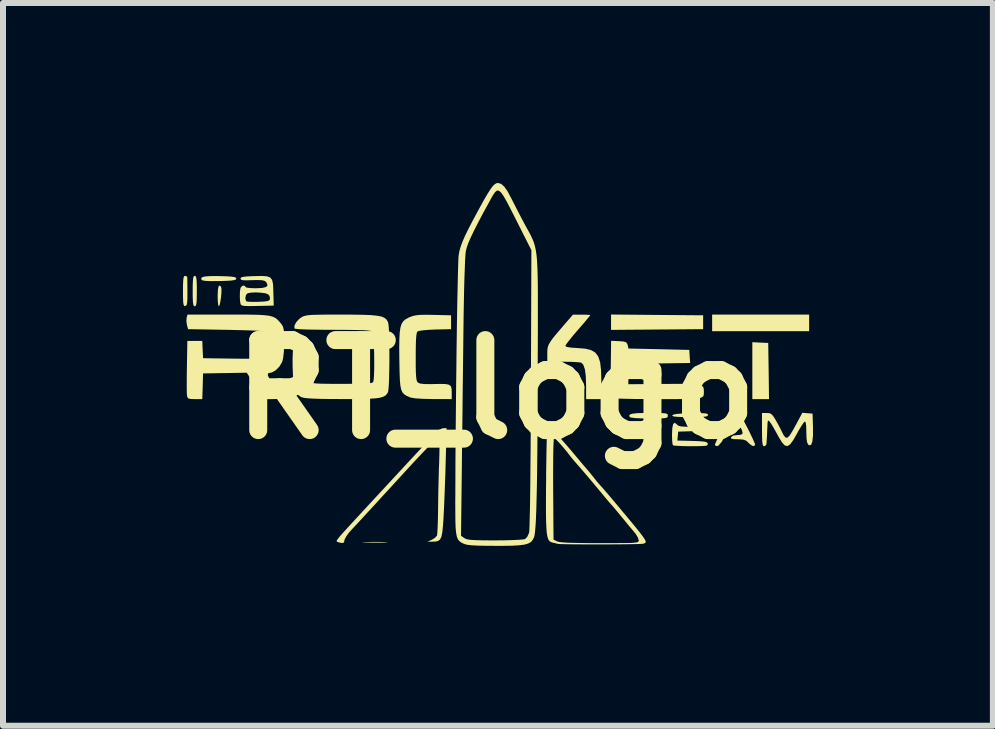
<source format=kicad_pcb>
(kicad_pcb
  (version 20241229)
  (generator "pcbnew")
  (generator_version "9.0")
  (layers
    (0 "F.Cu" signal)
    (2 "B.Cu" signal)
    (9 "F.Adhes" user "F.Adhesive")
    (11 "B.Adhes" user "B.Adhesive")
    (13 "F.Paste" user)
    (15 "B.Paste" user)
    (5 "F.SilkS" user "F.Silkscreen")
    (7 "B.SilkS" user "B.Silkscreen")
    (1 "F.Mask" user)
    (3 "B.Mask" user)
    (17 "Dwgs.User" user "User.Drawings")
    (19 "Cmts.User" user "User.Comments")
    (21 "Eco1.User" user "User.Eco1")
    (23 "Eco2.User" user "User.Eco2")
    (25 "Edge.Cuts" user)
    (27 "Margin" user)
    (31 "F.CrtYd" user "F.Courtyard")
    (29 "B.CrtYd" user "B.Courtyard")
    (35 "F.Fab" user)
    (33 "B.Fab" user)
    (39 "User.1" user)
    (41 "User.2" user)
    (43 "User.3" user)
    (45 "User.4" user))
  (footprint "RT_logo"
    (layer "F.Cu")
    (at 5.219 3.441)
    (property "Reference" "RT_logo" (at 0 0 0) (layer "F.SilkS") (effects (font (size 1.5 1.5) (thickness 0.3))))
    (attr board_only exclude_from_pos_files exclude_from_bom)
    (fp_poly (pts (xy 2.684 -1.241) (xy 3.452 -1.235) (xy 3.452 -1.12) (xy 3.452 -1.004) (xy 2.684 -0.998) (xy 1.917 -0.992) (xy 1.917 -1.12) (xy 1.917 -1.248)) (stroke (width 0) (type solid)) (fill yes) (layer "F.SilkS"))
    (fp_poly (pts (xy 4.405 -0.78) (xy 4.537 -0.774) (xy 4.544 -0.306) (xy 4.55 0.162) (xy 4.411 0.162) (xy 4.272 0.162) (xy 4.272 -0.313) (xy 4.272 -0.787)) (stroke (width 0) (type solid)) (fill yes) (layer "F.SilkS"))
    (fp_poly (pts (xy 5.219 -1.108) (xy 5.219 -0.97) (xy 4.41 -0.97) (xy 3.602 -0.97) (xy 3.602 -1.108) (xy 3.602 -1.247) (xy 4.41 -1.247) (xy 5.219 -1.247)) (stroke (width 0) (type solid)) (fill yes) (layer "F.SilkS"))
    (fp_poly (pts (xy -1.94 2.543) (xy -1.84 2.546) (xy -1.805 2.549) (xy -1.812 2.551) (xy -1.858 2.553) (xy -1.94 2.554) (xy -2.02 2.554) (xy -2.125 2.553) (xy -2.195 2.552) (xy -2.228 2.55) (xy -2.221 2.548) (xy -2.187 2.546) (xy -2.069 2.543)) (stroke (width 0) (type solid)) (fill yes) (layer "F.SilkS"))
    (fp_poly (pts (xy -4.583 -1.708) (xy -4.577 -1.674) (xy -4.578 -1.613) (xy -4.584 -1.539) (xy -4.595 -1.467) (xy -4.607 -1.411) (xy -4.619 -1.386) (xy -4.621 -1.385) (xy -4.631 -1.407) (xy -4.638 -1.463) (xy -4.641 -1.542) (xy -4.641 -1.559) (xy -4.637 -1.66) (xy -4.625 -1.718) (xy -4.606 -1.732)) (stroke (width 0) (type solid)) (fill yes) (layer "F.SilkS"))
    (fp_poly (pts (xy -5.007 -1.886) (xy -4.997 -1.86) (xy -4.991 -1.806) (xy -4.988 -1.719) (xy -4.988 -1.639) (xy -4.989 -1.526) (xy -4.992 -1.451) (xy -5 -1.408) (xy -5.011 -1.388) (xy -5.022 -1.385) (xy -5.038 -1.393) (xy -5.048 -1.419) (xy -5.054 -1.473) (xy -5.057 -1.56) (xy -5.057 -1.639) (xy -5.056 -1.753) (xy -5.052 -1.828) (xy -5.045 -1.871) (xy -5.033 -1.891) (xy -5.022 -1.893)) (stroke (width 0) (type solid)) (fill yes) (layer "F.SilkS"))
    (fp_poly (pts (xy -4.613 -1.889) (xy -4.605 -1.888) (xy -4.485 -1.885) (xy -4.405 -1.879) (xy -4.357 -1.871) (xy -4.334 -1.86) (xy -4.33 -1.847) (xy -4.337 -1.832) (xy -4.364 -1.822) (xy -4.417 -1.814) (xy -4.504 -1.809) (xy -4.611 -1.806) (xy -4.752 -1.805) (xy -4.848 -1.809) (xy -4.899 -1.819) (xy -4.908 -1.825) (xy -4.915 -1.853) (xy -4.893 -1.873) (xy -4.838 -1.884) (xy -4.746 -1.889)) (stroke (width 0) (type solid)) (fill yes) (layer "F.SilkS"))
    (fp_poly (pts (xy 2.563 0.581) (xy 2.577 0.599) (xy 2.584 0.64) (xy 2.586 0.713) (xy 2.586 0.762) (xy 2.585 0.854) (xy 2.581 0.909) (xy 2.571 0.937) (xy 2.552 0.946) (xy 2.54 0.947) (xy 2.517 0.943) (xy 2.503 0.925) (xy 2.496 0.884) (xy 2.494 0.811) (xy 2.494 0.762) (xy 2.495 0.67) (xy 2.499 0.615) (xy 2.509 0.587) (xy 2.528 0.578) (xy 2.54 0.577)) (stroke (width 0) (type solid)) (fill yes) (layer "F.SilkS"))
    (fp_poly (pts (xy 3.446 0.397) (xy 3.498 0.401) (xy 3.524 0.41) (xy 3.533 0.423) (xy 3.533 0.426) (xy 3.527 0.441) (xy 3.503 0.451) (xy 3.456 0.457) (xy 3.378 0.461) (xy 3.262 0.462) (xy 3.231 0.462) (xy 3.102 0.461) (xy 3.014 0.457) (xy 2.962 0.451) (xy 2.939 0.441) (xy 2.938 0.433) (xy 2.959 0.419) (xy 3.014 0.409) (xy 3.107 0.402) (xy 3.24 0.398) (xy 3.363 0.396)) (stroke (width 0) (type solid)) (fill yes) (layer "F.SilkS"))
    (fp_poly (pts (xy -5.152 -1.881) (xy -5.148 -1.87) (xy -5.147 -1.839) (xy -5.146 -1.772) (xy -5.145 -1.682) (xy -5.145 -1.622) (xy -5.145 -1.516) (xy -5.149 -1.448) (xy -5.157 -1.41) (xy -5.172 -1.393) (xy -5.181 -1.39) (xy -5.197 -1.391) (xy -5.208 -1.41) (xy -5.215 -1.452) (xy -5.218 -1.525) (xy -5.219 -1.637) (xy -5.219 -1.638) (xy -5.218 -1.752) (xy -5.214 -1.827) (xy -5.207 -1.871) (xy -5.195 -1.89) (xy -5.184 -1.893)) (stroke (width 0) (type solid)) (fill yes) (layer "F.SilkS"))
    (fp_poly (pts (xy 2.678 0.393) (xy 2.764 0.395) (xy 2.818 0.399) (xy 2.848 0.407) (xy 2.861 0.42) (xy 2.863 0.438) (xy 2.863 0.439) (xy 2.861 0.457) (xy 2.849 0.47) (xy 2.819 0.478) (xy 2.766 0.483) (xy 2.681 0.485) (xy 2.557 0.485) (xy 2.553 0.485) (xy 2.428 0.483) (xy 2.327 0.479) (xy 2.259 0.471) (xy 2.229 0.462) (xy 2.228 0.462) (xy 2.22 0.435) (xy 2.236 0.416) (xy 2.28 0.404) (xy 2.359 0.396) (xy 2.476 0.393) (xy 2.553 0.393)) (stroke (width 0) (type solid)) (fill yes) (layer "F.SilkS"))
    (fp_poly (pts (xy 3.009 0.579) (xy 3.014 0.585) (xy 3.038 0.605) (xy 3.081 0.617) (xy 3.153 0.622) (xy 3.241 0.623) (xy 3.341 0.625) (xy 3.402 0.63) (xy 3.433 0.641) (xy 3.441 0.657) (xy 3.431 0.674) (xy 3.396 0.686) (xy 3.329 0.693) (xy 3.239 0.698) (xy 3.036 0.704) (xy 3.029 0.779) (xy 3.022 0.853) (xy 3.271 0.859) (xy 3.383 0.863) (xy 3.457 0.869) (xy 3.5 0.877) (xy 3.522 0.89) (xy 3.529 0.906) (xy 3.528 0.923) (xy 3.514 0.935) (xy 3.479 0.942) (xy 3.416 0.945) (xy 3.318 0.947) (xy 3.25 0.947) (xy 3.139 0.946) (xy 3.046 0.942) (xy 2.979 0.938) (xy 2.948 0.932) (xy 2.948 0.931) (xy 2.94 0.902) (xy 2.935 0.84) (xy 2.933 0.757) (xy 2.933 0.748) (xy 2.938 0.642) (xy 2.952 0.578) (xy 2.976 0.556)) (stroke (width 0) (type solid)) (fill yes) (layer "F.SilkS"))
    (fp_poly (pts (xy 1.501 -1.245) (xy 1.553 -1.242) (xy 1.57 -1.237) (xy 1.556 -1.217) (xy 1.516 -1.169) (xy 1.458 -1.099) (xy 1.385 -1.015) (xy 1.362 -0.989) (xy 1.286 -0.9) (xy 1.223 -0.822) (xy 1.177 -0.763) (xy 1.156 -0.728) (xy 1.155 -0.724) (xy 1.178 -0.708) (xy 1.246 -0.697) (xy 1.357 -0.689) (xy 1.485 -0.679) (xy 1.583 -0.655) (xy 1.655 -0.613) (xy 1.704 -0.547) (xy 1.735 -0.452) (xy 1.75 -0.322) (xy 1.755 -0.153) (xy 1.755 -0.138) (xy 1.755 0.162) (xy 1.628 0.162) (xy 1.501 0.162) (xy 1.501 -0.068) (xy 1.496 -0.222) (xy 1.481 -0.335) (xy 1.455 -0.409) (xy 1.424 -0.444) (xy 1.392 -0.451) (xy 1.323 -0.456) (xy 1.228 -0.46) (xy 1.126 -0.461) (xy 0.854 -0.462) (xy 0.854 -0.597) (xy 0.855 -0.652) (xy 0.861 -0.699) (xy 0.876 -0.744) (xy 0.904 -0.793) (xy 0.948 -0.855) (xy 1.014 -0.935) (xy 1.106 -1.042) (xy 1.131 -1.072) (xy 1.282 -1.246) (xy 1.426 -1.246)) (stroke (width 0) (type solid)) (fill yes) (layer "F.SilkS"))
    (fp_poly (pts (xy 2.049 -0.804) (xy 2.125 -0.798) (xy 2.166 -0.786) (xy 2.186 -0.763) (xy 2.194 -0.739) (xy 2.207 -0.681) (xy 2.714 -0.67) (xy 3.221 -0.658) (xy 3.228 -0.549) (xy 3.235 -0.44) (xy 2.72 -0.433) (xy 2.205 -0.427) (xy 2.205 -0.257) (xy 2.205 -0.086) (xy 2.802 -0.091) (xy 2.994 -0.092) (xy 3.144 -0.092) (xy 3.259 -0.089) (xy 3.342 -0.083) (xy 3.399 -0.073) (xy 3.435 -0.058) (xy 3.454 -0.038) (xy 3.462 -0.011) (xy 3.464 0.024) (xy 3.464 0.024) (xy 3.464 0.061) (xy 3.462 0.091) (xy 3.454 0.114) (xy 3.434 0.131) (xy 3.398 0.144) (xy 3.342 0.153) (xy 3.261 0.158) (xy 3.15 0.161) (xy 3.006 0.162) (xy 2.823 0.162) (xy 2.677 0.162) (xy 2.495 0.161) (xy 2.328 0.16) (xy 2.182 0.157) (xy 2.062 0.154) (xy 1.974 0.151) (xy 1.923 0.147) (xy 1.912 0.144) (xy 1.91 0.117) (xy 1.909 0.051) (xy 1.909 -0.048) (xy 1.91 -0.17) (xy 1.911 -0.31) (xy 1.912 -0.342) (xy 1.918 -0.81)) (stroke (width 0) (type solid)) (fill yes) (layer "F.SilkS"))
    (fp_poly (pts (xy 4.018 0.394) (xy 4.045 0.404) (xy 4.071 0.429) (xy 4.102 0.476) (xy 4.143 0.551) (xy 4.19 0.641) (xy 4.239 0.739) (xy 4.28 0.825) (xy 4.307 0.887) (xy 4.318 0.918) (xy 4.304 0.944) (xy 4.269 0.94) (xy 4.223 0.906) (xy 4.207 0.889) (xy 4.168 0.854) (xy 4.121 0.837) (xy 4.048 0.831) (xy 4.03 0.831) (xy 3.957 0.829) (xy 3.922 0.821) (xy 3.915 0.803) (xy 3.917 0.797) (xy 3.951 0.77) (xy 4.02 0.762) (xy 4.083 0.756) (xy 4.108 0.737) (xy 4.11 0.726) (xy 4.099 0.682) (xy 4.071 0.623) (xy 4.035 0.565) (xy 4.001 0.522) (xy 3.98 0.508) (xy 3.957 0.527) (xy 3.923 0.577) (xy 3.89 0.641) (xy 3.818 0.779) (xy 3.759 0.877) (xy 3.711 0.933) (xy 3.683 0.947) (xy 3.652 0.934) (xy 3.648 0.923) (xy 3.658 0.895) (xy 3.685 0.834) (xy 3.726 0.75) (xy 3.775 0.651) (xy 3.778 0.646) (xy 3.832 0.54) (xy 3.871 0.469) (xy 3.901 0.425) (xy 3.927 0.403) (xy 3.954 0.394) (xy 3.984 0.393)) (stroke (width 0) (type solid)) (fill yes) (layer "F.SilkS"))
    (fp_poly (pts (xy -1.046 -1.242) (xy -0.75 -1.235) (xy -0.75 -1.12) (xy -0.75 -1.004) (xy -1.015 -0.998) (xy -1.123 -0.993) (xy -1.216 -0.985) (xy -1.282 -0.975) (xy -1.309 -0.966) (xy -1.321 -0.944) (xy -1.329 -0.897) (xy -1.335 -0.819) (xy -1.338 -0.706) (xy -1.339 -0.552) (xy -1.339 -0.543) (xy -1.339 -0.394) (xy -1.337 -0.286) (xy -1.332 -0.21) (xy -1.326 -0.16) (xy -1.315 -0.13) (xy -1.302 -0.113) (xy -1.264 -0.097) (xy -1.196 -0.089) (xy -1.09 -0.088) (xy -1.047 -0.089) (xy -0.923 -0.091) (xy -0.838 -0.089) (xy -0.784 -0.077) (xy -0.754 -0.054) (xy -0.742 -0.015) (xy -0.739 0.041) (xy -0.739 0.048) (xy -0.739 0.162) (xy -1.056 0.161) (xy -1.226 0.157) (xy -1.35 0.149) (xy -1.429 0.135) (xy -1.443 0.129) (xy -1.494 0.106) (xy -1.532 0.081) (xy -1.561 0.049) (xy -1.581 0.003) (xy -1.595 -0.063) (xy -1.603 -0.154) (xy -1.608 -0.277) (xy -1.611 -0.438) (xy -1.612 -0.498) (xy -1.614 -0.686) (xy -1.612 -0.834) (xy -1.606 -0.947) (xy -1.594 -1.031) (xy -1.575 -1.092) (xy -1.546 -1.137) (xy -1.507 -1.17) (xy -1.457 -1.197) (xy -1.44 -1.205) (xy -1.39 -1.223) (xy -1.335 -1.235) (xy -1.265 -1.242) (xy -1.169 -1.244)) (stroke (width 0) (type solid)) (fill yes) (layer "F.SilkS"))
    (fp_poly (pts (xy 5.191 0.397) (xy 5.276 0.404) (xy 5.283 0.629) (xy 5.283 0.772) (xy 5.272 0.871) (xy 5.252 0.924) (xy 5.221 0.932) (xy 5.205 0.922) (xy 5.187 0.889) (xy 5.176 0.822) (xy 5.172 0.717) (xy 5.172 0.711) (xy 5.17 0.61) (xy 5.162 0.553) (xy 5.148 0.536) (xy 5.146 0.536) (xy 5.124 0.559) (xy 5.087 0.614) (xy 5.042 0.689) (xy 5.021 0.728) (xy 4.956 0.843) (xy 4.903 0.915) (xy 4.857 0.945) (xy 4.812 0.934) (xy 4.765 0.882) (xy 4.709 0.789) (xy 4.694 0.761) (xy 4.647 0.676) (xy 4.604 0.601) (xy 4.571 0.552) (xy 4.567 0.546) (xy 4.545 0.521) (xy 4.533 0.521) (xy 4.526 0.551) (xy 4.523 0.62) (xy 4.522 0.635) (xy 4.516 0.779) (xy 4.509 0.883) (xy 4.506 0.918) (xy 4.484 0.944) (xy 4.468 0.947) (xy 4.453 0.94) (xy 4.443 0.914) (xy 4.437 0.863) (xy 4.434 0.779) (xy 4.433 0.67) (xy 4.433 0.393) (xy 4.512 0.393) (xy 4.561 0.397) (xy 4.598 0.419) (xy 4.635 0.467) (xy 4.656 0.502) (xy 4.701 0.582) (xy 4.743 0.661) (xy 4.758 0.693) (xy 4.794 0.764) (xy 4.825 0.802) (xy 4.855 0.806) (xy 4.891 0.773) (xy 4.937 0.701) (xy 4.987 0.611) (xy 5.106 0.39)) (stroke (width 0) (type solid)) (fill yes) (layer "F.SilkS"))
    (fp_poly (pts (xy -3.818 -1.885) (xy -3.764 -1.865) (xy -3.733 -1.825) (xy -3.718 -1.757) (xy -3.713 -1.656) (xy -3.712 -1.616) (xy -3.706 -1.397) (xy -3.975 -1.391) (xy -4.092 -1.389) (xy -4.171 -1.39) (xy -4.22 -1.395) (xy -4.246 -1.406) (xy -4.258 -1.421) (xy -4.268 -1.475) (xy -4.27 -1.521) (xy -4.18 -1.521) (xy -4.168 -1.475) (xy -4.163 -1.469) (xy -4.134 -1.462) (xy -4.071 -1.459) (xy -3.986 -1.459) (xy -3.961 -1.46) (xy -3.868 -1.464) (xy -3.811 -1.472) (xy -3.781 -1.484) (xy -3.769 -1.505) (xy -3.767 -1.511) (xy -3.777 -1.559) (xy -3.8 -1.586) (xy -3.846 -1.602) (xy -3.92 -1.612) (xy -4.006 -1.617) (xy -4.086 -1.613) (xy -4.143 -1.602) (xy -4.17 -1.571) (xy -4.18 -1.521) (xy -4.27 -1.521) (xy -4.271 -1.552) (xy -4.269 -1.631) (xy -4.26 -1.69) (xy -4.258 -1.695) (xy -4.233 -1.724) (xy -4.2 -1.731) (xy -4.18 -1.715) (xy -4.179 -1.709) (xy -4.158 -1.697) (xy -4.1 -1.689) (xy -4.014 -1.686) (xy -4.006 -1.686) (xy -3.898 -1.691) (xy -3.833 -1.707) (xy -3.809 -1.736) (xy -3.825 -1.779) (xy -3.835 -1.792) (xy -3.86 -1.81) (xy -3.902 -1.82) (xy -3.973 -1.823) (xy -4.063 -1.821) (xy -4.161 -1.818) (xy -4.22 -1.82) (xy -4.251 -1.829) (xy -4.26 -1.845) (xy -4.26 -1.847) (xy -4.252 -1.864) (xy -4.222 -1.875) (xy -4.163 -1.882) (xy -4.068 -1.887) (xy -4.029 -1.888) (xy -3.904 -1.891)) (stroke (width 0) (type solid)) (fill yes) (layer "F.SilkS"))
    (fp_poly (pts (xy -0.84 1.218) (xy -0.845 1.401) (xy -0.852 1.592) (xy -0.859 1.778) (xy -0.866 1.948) (xy -0.873 2.088) (xy -0.875 2.131) (xy -0.885 2.278) (xy -0.896 2.384) (xy -0.911 2.457) (xy -0.934 2.502) (xy -0.967 2.527) (xy -1.014 2.537) (xy -1.062 2.538) (xy -1.143 2.538) (xy -1.071 2.507) (xy -1.018 2.474) (xy -0.985 2.438) (xy -0.985 2.437) (xy -0.98 2.401) (xy -0.975 2.328) (xy -0.971 2.227) (xy -0.968 2.105) (xy -0.967 2.024) (xy -0.965 1.865) (xy -0.962 1.679) (xy -0.957 1.485) (xy -0.952 1.303) (xy -0.949 1.235) (xy -0.945 1.101) (xy -0.943 0.982) (xy -0.943 0.887) (xy -0.946 0.824) (xy -0.95 0.8) (xy -0.961 0.8) (xy -0.984 0.816) (xy -1.022 0.849) (xy -1.076 0.902) (xy -1.149 0.977) (xy -1.242 1.075) (xy -1.359 1.199) (xy -1.499 1.351) (xy -1.666 1.533) (xy -1.862 1.747) (xy -1.882 1.768) (xy -1.986 1.882) (xy -2.089 1.994) (xy -2.186 2.099) (xy -2.27 2.191) (xy -2.338 2.264) (xy -2.384 2.313) (xy -2.402 2.332) (xy -2.455 2.391) (xy -2.499 2.453) (xy -2.526 2.505) (xy -2.53 2.532) (xy -2.538 2.555) (xy -2.575 2.561) (xy -2.627 2.548) (xy -2.641 2.543) (xy -2.652 2.538) (xy -2.657 2.53) (xy -2.653 2.515) (xy -2.636 2.491) (xy -2.606 2.452) (xy -2.558 2.398) (xy -2.49 2.323) (xy -2.399 2.224) (xy -2.283 2.098) (xy -2.139 1.942) (xy -2.127 1.929) (xy -1.949 1.737) (xy -1.776 1.55) (xy -1.613 1.374) (xy -1.462 1.211) (xy -1.326 1.065) (xy -1.21 0.939) (xy -1.116 0.838) (xy -1.048 0.765) (xy -1.018 0.733) (xy -0.949 0.673) (xy -0.888 0.647) (xy -0.881 0.647) (xy -0.824 0.647)) (stroke (width 0) (type solid)) (fill yes) (layer "F.SilkS"))
    (fp_poly (pts (xy -4.258 -1.247) (xy -4.092 -1.246) (xy -3.962 -1.243) (xy -3.861 -1.237) (xy -3.785 -1.228) (xy -3.729 -1.214) (xy -3.686 -1.195) (xy -3.651 -1.17) (xy -3.619 -1.137) (xy -3.593 -1.107) (xy -3.567 -1.073) (xy -3.549 -1.038) (xy -3.539 -0.992) (xy -3.534 -0.925) (xy -3.533 -0.826) (xy -3.533 -0.786) (xy -3.537 -0.629) (xy -3.55 -0.515) (xy -3.567 -0.455) (xy -3.613 -0.379) (xy -3.675 -0.317) (xy -3.74 -0.281) (xy -3.767 -0.277) (xy -3.801 -0.267) (xy -3.805 -0.235) (xy -3.778 -0.177) (xy -3.748 -0.128) (xy -3.679 -0.023) (xy -3.632 0.05) (xy -3.602 0.098) (xy -3.586 0.126) (xy -3.58 0.141) (xy -3.579 0.146) (xy -3.6 0.154) (xy -3.655 0.16) (xy -3.724 0.162) (xy -3.869 0.162) (xy -4.012 -0.058) (xy -4.156 -0.278) (xy -4.52 -0.272) (xy -4.884 -0.266) (xy -4.89 -0.052) (xy -4.897 0.162) (xy -5.021 0.162) (xy -5.092 0.16) (xy -5.13 0.151) (xy -5.147 0.129) (xy -5.152 0.098) (xy -5.155 0.055) (xy -5.156 -0.025) (xy -5.156 -0.135) (xy -5.155 -0.264) (xy -5.153 -0.387) (xy -5.146 -0.808) (xy -5.022 -0.808) (xy -4.897 -0.808) (xy -4.891 -0.664) (xy -4.884 -0.52) (xy -4.398 -0.513) (xy -4.221 -0.511) (xy -4.085 -0.511) (xy -3.984 -0.516) (xy -3.913 -0.526) (xy -3.866 -0.546) (xy -3.838 -0.576) (xy -3.824 -0.619) (xy -3.818 -0.678) (xy -3.815 -0.742) (xy -3.815 -0.83) (xy -3.82 -0.903) (xy -3.83 -0.945) (xy -3.831 -0.947) (xy -3.845 -0.957) (xy -3.873 -0.966) (xy -3.921 -0.973) (xy -3.993 -0.979) (xy -4.095 -0.983) (xy -4.231 -0.987) (xy -4.406 -0.991) (xy -4.494 -0.993) (xy -5.134 -1.004) (xy -5.153 -1.073) (xy -5.162 -1.141) (xy -5.158 -1.194) (xy -5.144 -1.247) (xy -4.464 -1.247)) (stroke (width 0) (type solid)) (fill yes) (layer "F.SilkS"))
    (fp_poly (pts (xy -2.371 -1.246) (xy -2.207 -1.243) (xy -2.08 -1.238) (xy -1.983 -1.228) (xy -1.913 -1.215) (xy -1.864 -1.195) (xy -1.831 -1.17) (xy -1.809 -1.137) (xy -1.799 -1.115) (xy -1.792 -1.073) (xy -1.786 -0.994) (xy -1.782 -0.886) (xy -1.78 -0.757) (xy -1.778 -0.616) (xy -1.778 -0.47) (xy -1.78 -0.328) (xy -1.783 -0.198) (xy -1.787 -0.087) (xy -1.793 -0.004) (xy -1.8 0.042) (xy -1.802 0.047) (xy -1.822 0.08) (xy -1.849 0.106) (xy -1.887 0.125) (xy -1.941 0.14) (xy -2.017 0.15) (xy -2.12 0.156) (xy -2.255 0.159) (xy -2.428 0.161) (xy -2.568 0.161) (xy -2.765 0.16) (xy -2.922 0.158) (xy -3.042 0.154) (xy -3.131 0.149) (xy -3.195 0.142) (xy -3.237 0.132) (xy -3.25 0.127) (xy -3.315 0.082) (xy -3.35 0.03) (xy -3.365 -0.033) (xy -3.377 -0.129) (xy -3.386 -0.248) (xy -3.391 -0.376) (xy -3.392 -0.502) (xy -3.388 -0.613) (xy -3.384 -0.653) (xy -3.368 -0.808) (xy -3.242 -0.808) (xy -3.117 -0.808) (xy -3.117 -0.495) (xy -3.116 -0.376) (xy -3.111 -0.27) (xy -3.104 -0.189) (xy -3.095 -0.142) (xy -3.093 -0.137) (xy -3.083 -0.122) (xy -3.066 -0.111) (xy -3.036 -0.103) (xy -2.987 -0.098) (xy -2.914 -0.095) (xy -2.81 -0.093) (xy -2.669 -0.092) (xy -2.565 -0.092) (xy -2.397 -0.093) (xy -2.27 -0.094) (xy -2.178 -0.097) (xy -2.116 -0.101) (xy -2.076 -0.108) (xy -2.055 -0.117) (xy -2.046 -0.129) (xy -2.039 -0.172) (xy -2.034 -0.248) (xy -2.031 -0.35) (xy -2.031 -0.466) (xy -2.032 -0.589) (xy -2.035 -0.708) (xy -2.04 -0.815) (xy -2.047 -0.899) (xy -2.055 -0.952) (xy -2.06 -0.965) (xy -2.083 -0.974) (xy -2.136 -0.981) (xy -2.222 -0.987) (xy -2.343 -0.99) (xy -2.504 -0.992) (xy -2.708 -0.993) (xy -2.716 -0.993) (xy -2.889 -0.994) (xy -3.043 -0.996) (xy -3.172 -0.999) (xy -3.271 -1.003) (xy -3.336 -1.009) (xy -3.359 -1.014) (xy -3.362 -1.059) (xy -3.334 -1.116) (xy -3.284 -1.172) (xy -3.249 -1.198) (xy -3.223 -1.213) (xy -3.194 -1.224) (xy -3.157 -1.233) (xy -3.106 -1.239) (xy -3.035 -1.243) (xy -2.937 -1.245) (xy -2.807 -1.247) (xy -2.639 -1.247) (xy -2.575 -1.247)) (stroke (width 0) (type solid)) (fill yes) (layer "F.SilkS"))
    (fp_poly (pts (xy 0.981 0.72) (xy 1.016 0.754) (xy 1.074 0.816) (xy 1.148 0.899) (xy 1.231 0.995) (xy 1.275 1.047) (xy 1.356 1.144) (xy 1.426 1.227) (xy 1.481 1.292) (xy 1.514 1.331) (xy 1.522 1.339) (xy 1.542 1.362) (xy 1.582 1.411) (xy 1.626 1.466) (xy 1.677 1.531) (xy 1.72 1.581) (xy 1.742 1.605) (xy 1.765 1.63) (xy 1.812 1.684) (xy 1.877 1.76) (xy 1.954 1.851) (xy 1.998 1.903) (xy 2.138 2.071) (xy 2.251 2.206) (xy 2.339 2.313) (xy 2.404 2.395) (xy 2.45 2.456) (xy 2.479 2.5) (xy 2.493 2.529) (xy 2.494 2.548) (xy 2.486 2.559) (xy 2.47 2.567) (xy 2.457 2.572) (xy 2.427 2.575) (xy 2.357 2.578) (xy 2.256 2.58) (xy 2.129 2.582) (xy 1.984 2.583) (xy 1.829 2.584) (xy 1.67 2.584) (xy 1.513 2.584) (xy 1.368 2.583) (xy 1.239 2.582) (xy 1.135 2.58) (xy 1.062 2.578) (xy 1.028 2.575) (xy 1.028 2.575) (xy 0.989 2.564) (xy 0.943 2.554) (xy 0.914 2.544) (xy 0.89 2.528) (xy 0.871 2.501) (xy 0.857 2.458) (xy 0.846 2.395) (xy 0.839 2.308) (xy 0.834 2.193) (xy 0.832 2.045) (xy 0.832 1.861) (xy 0.833 1.636) (xy 0.834 1.575) (xy 0.835 1.456) (xy 0.951 1.456) (xy 0.952 1.648) (xy 0.952 1.656) (xy 0.958 2.504) (xy 1.016 2.533) (xy 1.049 2.543) (xy 1.109 2.55) (xy 1.199 2.556) (xy 1.324 2.559) (xy 1.486 2.562) (xy 1.691 2.563) (xy 1.726 2.563) (xy 1.916 2.563) (xy 2.066 2.562) (xy 2.179 2.561) (xy 2.26 2.559) (xy 2.316 2.555) (xy 2.351 2.549) (xy 2.369 2.541) (xy 2.377 2.53) (xy 2.378 2.517) (xy 2.378 2.514) (xy 2.364 2.469) (xy 2.327 2.408) (xy 2.296 2.37) (xy 2.246 2.31) (xy 2.205 2.262) (xy 2.191 2.245) (xy 2.151 2.195) (xy 2.098 2.131) (xy 2.04 2.061) (xy 1.986 1.996) (xy 1.943 1.945) (xy 1.919 1.918) (xy 1.918 1.917) (xy 1.899 1.896) (xy 1.856 1.846) (xy 1.795 1.773) (xy 1.721 1.683) (xy 1.675 1.628) (xy 1.588 1.524) (xy 1.506 1.427) (xy 1.434 1.343) (xy 1.382 1.283) (xy 1.367 1.266) (xy 1.309 1.2) (xy 1.254 1.134) (xy 1.239 1.115) (xy 1.178 1.036) (xy 1.113 0.958) (xy 1.052 0.889) (xy 1.002 0.837) (xy 0.971 0.81) (xy 0.966 0.808) (xy 0.962 0.83) (xy 0.958 0.894) (xy 0.955 0.993) (xy 0.953 1.123) (xy 0.952 1.279) (xy 0.951 1.456) (xy 0.835 1.456) (xy 0.835 1.386) (xy 0.838 1.21) (xy 0.84 1.054) (xy 0.843 0.923) (xy 0.845 0.822) (xy 0.848 0.757) (xy 0.85 0.735) (xy 0.876 0.692) (xy 0.924 0.688)) (stroke (width 0) (type solid)) (fill yes) (layer "F.SilkS"))
    (fp_poly (pts (xy 0.084 -3.426) (xy 0.137 -3.38) (xy 0.194 -3.298) (xy 0.259 -3.175) (xy 0.259 -3.175) (xy 0.304 -3.086) (xy 0.362 -2.973) (xy 0.425 -2.852) (xy 0.469 -2.769) (xy 0.511 -2.692) (xy 0.548 -2.625) (xy 0.58 -2.565) (xy 0.606 -2.509) (xy 0.629 -2.452) (xy 0.647 -2.392) (xy 0.662 -2.324) (xy 0.674 -2.244) (xy 0.683 -2.15) (xy 0.689 -2.037) (xy 0.693 -1.902) (xy 0.696 -1.742) (xy 0.697 -1.552) (xy 0.697 -1.329) (xy 0.697 -1.069) (xy 0.696 -0.769) (xy 0.695 -0.566) (xy 0.694 -0.1) (xy 0.693 0.322) (xy 0.691 0.701) (xy 0.688 1.038) (xy 0.685 1.335) (xy 0.681 1.594) (xy 0.676 1.816) (xy 0.671 2.003) (xy 0.665 2.157) (xy 0.658 2.278) (xy 0.65 2.37) (xy 0.642 2.432) (xy 0.633 2.466) (xy 0.61 2.51) (xy 0.58 2.545) (xy 0.535 2.57) (xy 0.471 2.588) (xy 0.381 2.599) (xy 0.26 2.606) (xy 0.102 2.608) (xy -0.017 2.608) (xy -0.183 2.607) (xy -0.31 2.604) (xy -0.403 2.599) (xy -0.47 2.592) (xy -0.517 2.581) (xy -0.546 2.57) (xy -0.584 2.55) (xy -0.614 2.527) (xy -0.637 2.496) (xy -0.654 2.453) (xy -0.656 2.44) (xy -0.584 2.44) (xy -0.529 2.479) (xy -0.504 2.492) (xy -0.468 2.502) (xy -0.414 2.509) (xy -0.336 2.513) (xy -0.227 2.516) (xy -0.081 2.517) (xy -0.016 2.517) (xy 0.139 2.516) (xy 0.273 2.512) (xy 0.38 2.507) (xy 0.454 2.501) (xy 0.486 2.493) (xy 0.52 2.457) (xy 0.548 2.396) (xy 0.551 2.384) (xy 0.555 2.347) (xy 0.558 2.268) (xy 0.561 2.147) (xy 0.565 1.988) (xy 0.568 1.793) (xy 0.571 1.565) (xy 0.573 1.307) (xy 0.576 1.021) (xy 0.578 0.71) (xy 0.579 0.377) (xy 0.581 0.023) (xy 0.581 -0.012) (xy 0.589 -2.321) (xy 0.335 -2.824) (xy 0.249 -2.994) (xy 0.181 -3.125) (xy 0.127 -3.22) (xy 0.083 -3.282) (xy 0.047 -3.312) (xy 0.015 -3.314) (xy -0.016 -3.289) (xy -0.049 -3.241) (xy -0.089 -3.172) (xy -0.099 -3.152) (xy -0.211 -2.948) (xy -0.3 -2.779) (xy -0.371 -2.64) (xy -0.424 -2.528) (xy -0.463 -2.438) (xy -0.489 -2.364) (xy -0.504 -2.303) (xy -0.505 -2.298) (xy -0.51 -2.246) (xy -0.516 -2.153) (xy -0.521 -2.025) (xy -0.527 -1.867) (xy -0.532 -1.685) (xy -0.536 -1.484) (xy -0.54 -1.27) (xy -0.542 -1.12) (xy -0.545 -0.878) (xy -0.548 -0.599) (xy -0.552 -0.296) (xy -0.556 0.023) (xy -0.559 0.347) (xy -0.563 0.665) (xy -0.567 0.967) (xy -0.569 1.18) (xy -0.584 2.44) (xy -0.656 2.44) (xy -0.666 2.391) (xy -0.674 2.306) (xy -0.678 2.193) (xy -0.679 2.045) (xy -0.68 1.859) (xy -0.679 1.78) (xy -0.678 1.501) (xy -0.677 1.208) (xy -0.675 0.905) (xy -0.672 0.597) (xy -0.669 0.287) (xy -0.666 -0.021) (xy -0.662 -0.325) (xy -0.659 -0.618) (xy -0.655 -0.899) (xy -0.651 -1.164) (xy -0.647 -1.408) (xy -0.642 -1.628) (xy -0.638 -1.82) (xy -0.634 -1.981) (xy -0.63 -2.107) (xy -0.627 -2.194) (xy -0.623 -2.237) (xy -0.611 -2.306) (xy -0.59 -2.379) (xy -0.56 -2.462) (xy -0.517 -2.56) (xy -0.458 -2.68) (xy -0.381 -2.828) (xy -0.294 -2.99) (xy -0.211 -3.141) (xy -0.145 -3.255) (xy -0.093 -3.337) (xy -0.052 -3.392) (xy -0.017 -3.424) (xy 0.014 -3.439) (xy 0.032 -3.441)) (stroke (width 0) (type solid)) (fill yes) (layer "F.SilkS")))
  (gr_rect
    (start -3 -3)
    (end 13.501 9.048)
    (stroke (width 0.1) (type default))
    (fill no)
    (layer "Edge.Cuts")))
</source>
